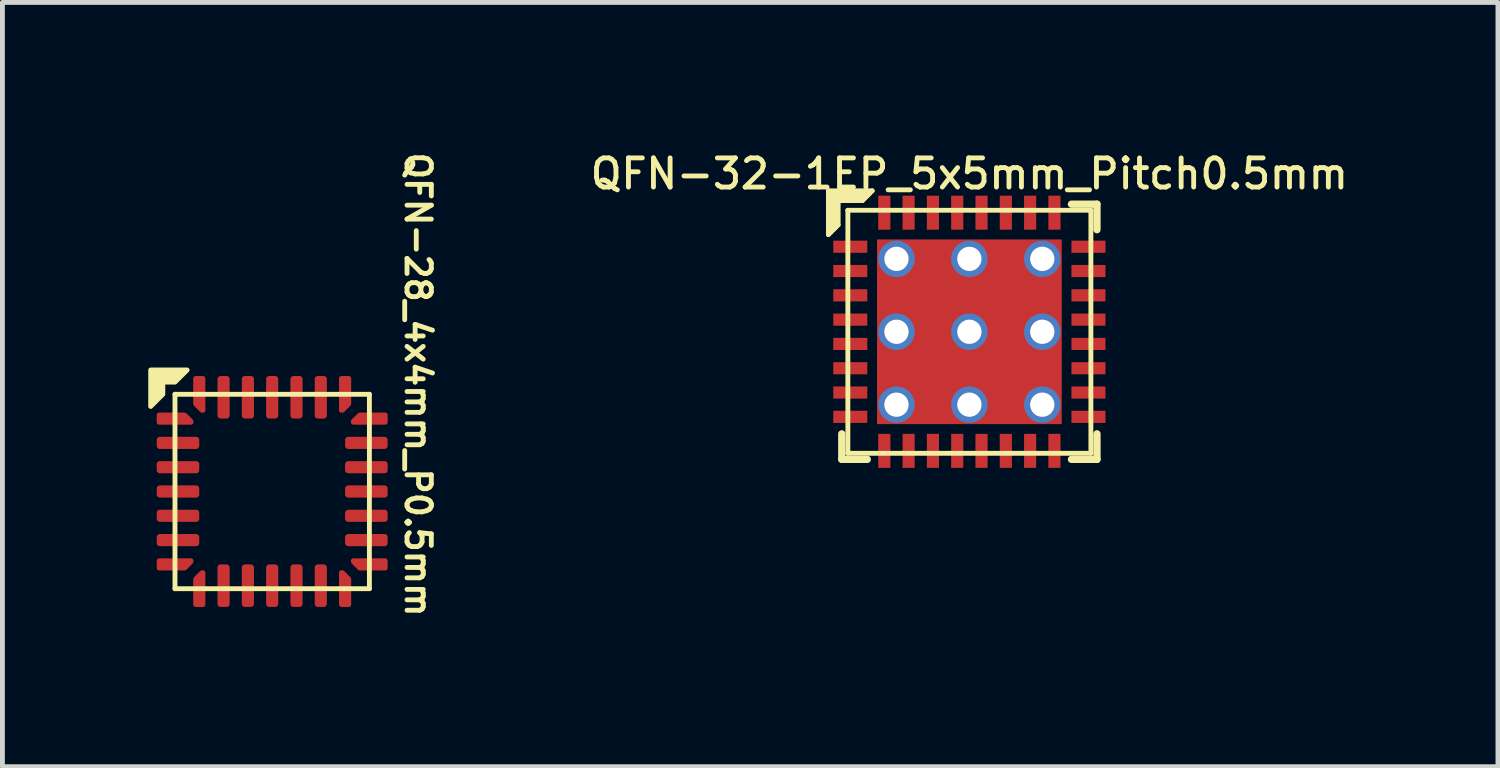
<source format=kicad_pcb>
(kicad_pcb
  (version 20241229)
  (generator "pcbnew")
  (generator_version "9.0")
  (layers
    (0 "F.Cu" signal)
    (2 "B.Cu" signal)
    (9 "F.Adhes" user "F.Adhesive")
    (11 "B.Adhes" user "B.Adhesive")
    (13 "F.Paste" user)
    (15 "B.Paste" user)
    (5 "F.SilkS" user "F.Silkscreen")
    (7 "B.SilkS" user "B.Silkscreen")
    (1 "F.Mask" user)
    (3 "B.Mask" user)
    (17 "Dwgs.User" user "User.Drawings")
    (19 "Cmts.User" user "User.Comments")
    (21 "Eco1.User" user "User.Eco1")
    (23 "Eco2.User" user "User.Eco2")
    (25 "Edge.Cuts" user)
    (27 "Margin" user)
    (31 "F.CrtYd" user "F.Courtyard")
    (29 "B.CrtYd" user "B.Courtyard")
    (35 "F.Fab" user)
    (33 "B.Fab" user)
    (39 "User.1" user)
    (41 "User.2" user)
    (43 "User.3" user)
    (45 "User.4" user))
  (footprint "QFN-28_4x4mm_P0.5mm"
    (layer "F.Cu")
    (at 2.55 7.062)
    (property "Reference" "QFN-28_4x4mm_P0.5mm" (at 3 -2.2 270) (unlocked yes) (layer "F.SilkS") (effects (font (size 0.5 0.5) (thickness 0.1))))
    (attr smd)
    (fp_line (start -2 -2) (end -2 2) (stroke (width 0.1) (type solid)) (layer "F.SilkS"))
    (fp_line (start -2 -2) (end 2 -2) (stroke (width 0.1) (type solid)) (layer "F.SilkS"))
    (fp_line (start 2 -2) (end 2 2) (stroke (width 0.1) (type solid)) (layer "F.SilkS"))
    (fp_line (start 2 2) (end -2 2) (stroke (width 0.1) (type solid)) (layer "F.SilkS"))
    (fp_poly (pts (xy -2.5 -2.5) (xy -1.75 -2.5) (xy -2 -2.25) (xy -2.25 -2.25) (xy -2.25 -2) (xy -2.5 -1.75)) (stroke (width 0.1) (type solid)) (fill yes) (layer "F.SilkS"))
    (pad "1" smd custom (at -1.998 -1.5) (size 0.137 0.137) (layers "F.Cu" "F.Mask" "F.Paste") (options (anchor circle)) (primitives (gr_poly (pts (xy 0.333 0.054) (xy 0.333 0.08) (xy -0.333 0.08) (xy -0.333 -0.08) (xy 0.199 -0.08)) (width 0.09) (fill yes))))
    (pad "2" smd roundrect (at -1.938 -1) (size 0.875 0.25) (layers "F.Cu" "F.Mask" "F.Paste") (roundrect_rratio 0.25))
    (pad "3" smd roundrect (at -1.938 -0.5) (size 0.875 0.25) (layers "F.Cu" "F.Mask" "F.Paste") (roundrect_rratio 0.25))
    (pad "4" smd roundrect (at -1.938 0) (size 0.875 0.25) (layers "F.Cu" "F.Mask" "F.Paste") (roundrect_rratio 0.25))
    (pad "5" smd roundrect (at -1.938 0.5) (size 0.875 0.25) (layers "F.Cu" "F.Mask" "F.Paste") (roundrect_rratio 0.25))
    (pad "6" smd roundrect (at -1.938 1) (size 0.875 0.25) (layers "F.Cu" "F.Mask" "F.Paste") (roundrect_rratio 0.25))
    (pad "7" smd custom (at -1.998 1.5) (size 0.137 0.137) (layers "F.Cu" "F.Mask" "F.Paste") (options (anchor circle)) (primitives (gr_poly (pts (xy 0.333 -0.054) (xy 0.199 0.08) (xy -0.333 0.08) (xy -0.333 -0.08) (xy 0.333 -0.08)) (width 0.09) (fill yes))))
    (pad "8" smd custom (at -1.5 1.998) (size 0.137 0.137) (layers "F.Cu" "F.Mask" "F.Paste") (options (anchor circle)) (primitives (gr_poly (pts (xy 0.08 0.333) (xy -0.08 0.333) (xy -0.08 -0.199) (xy 0.054 -0.333) (xy 0.08 -0.333)) (width 0.09) (fill yes))))
    (pad "9" smd roundrect (at -1 1.938) (size 0.25 0.875) (layers "F.Cu" "F.Mask" "F.Paste") (roundrect_rratio 0.25))
    (pad "10" smd roundrect (at -0.5 1.938) (size 0.25 0.875) (layers "F.Cu" "F.Mask" "F.Paste") (roundrect_rratio 0.25))
    (pad "11" smd roundrect (at 0 1.938) (size 0.25 0.875) (layers "F.Cu" "F.Mask" "F.Paste") (roundrect_rratio 0.25))
    (pad "12" smd roundrect (at 0.5 1.938) (size 0.25 0.875) (layers "F.Cu" "F.Mask" "F.Paste") (roundrect_rratio 0.25))
    (pad "13" smd roundrect (at 1 1.938) (size 0.25 0.875) (layers "F.Cu" "F.Mask" "F.Paste") (roundrect_rratio 0.25))
    (pad "14" smd custom (at 1.5 1.998) (size 0.137 0.137) (layers "F.Cu" "F.Mask" "F.Paste") (options (anchor circle)) (primitives (gr_poly (pts (xy 0.08 -0.199) (xy 0.08 0.333) (xy -0.08 0.333) (xy -0.08 -0.333) (xy -0.054 -0.333)) (width 0.09) (fill yes))))
    (pad "15" smd custom (at 1.998 1.5) (size 0.137 0.137) (layers "F.Cu" "F.Mask" "F.Paste") (options (anchor circle)) (primitives (gr_poly (pts (xy 0.333 0.08) (xy -0.199 0.08) (xy -0.333 -0.054) (xy -0.333 -0.08) (xy 0.333 -0.08)) (width 0.09) (fill yes))))
    (pad "16" smd roundrect (at 1.938 1) (size 0.875 0.25) (layers "F.Cu" "F.Mask" "F.Paste") (roundrect_rratio 0.25))
    (pad "17" smd roundrect (at 1.938 0.5) (size 0.875 0.25) (layers "F.Cu" "F.Mask" "F.Paste") (roundrect_rratio 0.25))
    (pad "18" smd roundrect (at 1.938 0) (size 0.875 0.25) (layers "F.Cu" "F.Mask" "F.Paste") (roundrect_rratio 0.25))
    (pad "19" smd roundrect (at 1.938 -0.5) (size 0.875 0.25) (layers "F.Cu" "F.Mask" "F.Paste") (roundrect_rratio 0.25))
    (pad "20" smd roundrect (at 1.938 -1) (size 0.875 0.25) (layers "F.Cu" "F.Mask" "F.Paste") (roundrect_rratio 0.25))
    (pad "21" smd custom (at 1.998 -1.5) (size 0.137 0.137) (layers "F.Cu" "F.Mask" "F.Paste") (options (anchor circle)) (primitives (gr_poly (pts (xy 0.333 0.08) (xy -0.333 0.08) (xy -0.333 0.054) (xy -0.199 -0.08) (xy 0.333 -0.08)) (width 0.09) (fill yes))))
    (pad "22" smd custom (at 1.5 -1.998) (size 0.137 0.137) (layers "F.Cu" "F.Mask" "F.Paste") (options (anchor circle)) (primitives (gr_poly (pts (xy 0.08 0.199) (xy -0.054 0.333) (xy -0.08 0.333) (xy -0.08 -0.333) (xy 0.08 -0.333)) (width 0.09) (fill yes))))
    (pad "23" smd roundrect (at 1 -1.938) (size 0.25 0.875) (layers "F.Cu" "F.Mask" "F.Paste") (roundrect_rratio 0.25))
    (pad "24" smd roundrect (at 0.5 -1.938) (size 0.25 0.875) (layers "F.Cu" "F.Mask" "F.Paste") (roundrect_rratio 0.25))
    (pad "25" smd roundrect (at 0 -1.938) (size 0.25 0.875) (layers "F.Cu" "F.Mask" "F.Paste") (roundrect_rratio 0.25))
    (pad "26" smd roundrect (at -0.5 -1.938) (size 0.25 0.875) (layers "F.Cu" "F.Mask" "F.Paste") (roundrect_rratio 0.25))
    (pad "27" smd roundrect (at -1 -1.938) (size 0.25 0.875) (layers "F.Cu" "F.Mask" "F.Paste") (roundrect_rratio 0.25))
    (pad "28" smd custom (at -1.5 -1.998) (size 0.137 0.137) (layers "F.Cu" "F.Mask" "F.Paste") (options (anchor circle)) (primitives (gr_poly (pts (xy 0.08 0.333) (xy 0.054 0.333) (xy -0.08 0.199) (xy -0.08 -0.333) (xy 0.08 -0.333)) (width 0.09) (fill yes)))))
  (footprint "QFN-32-1EP_5x5mm_Pitch0.5mm"
    (layer "F.Cu")
    (at 16.894 3.776)
    (property "Reference" "QFN-32-1EP_5x5mm_Pitch0.5mm" (at 0 -3.25 0) (layer "F.SilkS") (effects (font (size 0.6 0.6) (thickness 0.1))))
    (attr smd)
    (fp_line (start -2.9 -2.9) (end -2.9 -2) (stroke (width 0.1) (type solid)) (layer "F.SilkS"))
    (fp_line (start -2.9 -2) (end -2.7 -2.2) (stroke (width 0.1) (type solid)) (layer "F.SilkS"))
    (fp_line (start -2.85 -2.85) (end -2.05 -2.85) (stroke (width 0.1) (type solid)) (layer "F.SilkS"))
    (fp_line (start -2.85 -2.05) (end -2.85 -2.85) (stroke (width 0.1) (type solid)) (layer "F.SilkS"))
    (fp_line (start -2.8 -2.1) (end -2.8 -2.8) (stroke (width 0.1) (type solid)) (layer "F.SilkS"))
    (fp_line (start -2.75 -2.75) (end -2.15 -2.75) (stroke (width 0.1) (type solid)) (layer "F.SilkS"))
    (fp_line (start -2.75 -2.15) (end -2.75 -2.75) (stroke (width 0.1) (type solid)) (layer "F.SilkS"))
    (fp_line (start -2.7 -2.2) (end -2.7 -2.7) (stroke (width 0.1) (type solid)) (layer "F.SilkS"))
    (fp_line (start -2.625 2.625) (end -2.625 2.1) (stroke (width 0.15) (type solid)) (layer "F.SilkS"))
    (fp_line (start -2.625 2.625) (end -2.1 2.625) (stroke (width 0.15) (type solid)) (layer "F.SilkS"))
    (fp_line (start -2.5 -2.5) (end 2.5 -2.5) (stroke (width 0.1) (type solid)) (layer "F.SilkS"))
    (fp_line (start -2.5 2.5) (end -2.5 -2.5) (stroke (width 0.1) (type solid)) (layer "F.SilkS"))
    (fp_line (start -2.2 -2.7) (end -2.7 -2.7) (stroke (width 0.1) (type solid)) (layer "F.SilkS"))
    (fp_line (start -2.2 -2.7) (end -2 -2.9) (stroke (width 0.1) (type solid)) (layer "F.SilkS"))
    (fp_line (start -2.1 -2.8) (end -2.8 -2.8) (stroke (width 0.1) (type solid)) (layer "F.SilkS"))
    (fp_line (start -2 -2.9) (end -2.9 -2.9) (stroke (width 0.1) (type solid)) (layer "F.SilkS"))
    (fp_line (start 2.5 -2.5) (end 2.5 2.5) (stroke (width 0.1) (type solid)) (layer "F.SilkS"))
    (fp_line (start 2.5 2.5) (end -2.5 2.5) (stroke (width 0.1) (type solid)) (layer "F.SilkS"))
    (fp_line (start 2.625 -2.625) (end 2.1 -2.625) (stroke (width 0.15) (type solid)) (layer "F.SilkS"))
    (fp_line (start 2.625 -2.625) (end 2.625 -2.1) (stroke (width 0.15) (type solid)) (layer "F.SilkS"))
    (fp_line (start 2.625 2.625) (end 2.1 2.625) (stroke (width 0.15) (type solid)) (layer "F.SilkS"))
    (fp_line (start 2.625 2.625) (end 2.625 2.1) (stroke (width 0.15) (type solid)) (layer "F.SilkS"))
    (fp_rect (start -1.3 -1.3) (end -0.2 -0.2) (stroke (width 0) (type solid)) (fill yes) (layer "F.Paste"))
    (fp_rect (start -1.3 0.2) (end -0.2 1.3) (stroke (width 0) (type solid)) (fill yes) (layer "F.Paste"))
    (fp_rect (start 0.2 -1.3) (end 1.3 -0.2) (stroke (width 0) (type solid)) (fill yes) (layer "F.Paste"))
    (fp_rect (start 0.2 0.2) (end 1.3 1.3) (stroke (width 0) (type solid)) (fill yes) (layer "F.Paste"))
    (pad "1" smd rect (at -2.45 -1.75) (size 0.7 0.25) (layers "F.Cu" "F.Mask" "F.Paste"))
    (pad "2" smd rect (at -2.45 -1.25) (size 0.7 0.25) (layers "F.Cu" "F.Mask" "F.Paste"))
    (pad "3" smd rect (at -2.45 -0.75) (size 0.7 0.25) (layers "F.Cu" "F.Mask" "F.Paste"))
    (pad "4" smd rect (at -2.45 -0.25) (size 0.7 0.25) (layers "F.Cu" "F.Mask" "F.Paste"))
    (pad "5" smd rect (at -2.45 0.25) (size 0.7 0.25) (layers "F.Cu" "F.Mask" "F.Paste"))
    (pad "6" smd rect (at -2.45 0.75) (size 0.7 0.25) (layers "F.Cu" "F.Mask" "F.Paste"))
    (pad "7" smd rect (at -2.45 1.25) (size 0.7 0.25) (layers "F.Cu" "F.Mask" "F.Paste"))
    (pad "8" smd rect (at -2.45 1.75) (size 0.7 0.25) (layers "F.Cu" "F.Mask" "F.Paste"))
    (pad "9" smd rect (at -1.75 2.45 90) (size 0.7 0.25) (layers "F.Cu" "F.Mask" "F.Paste"))
    (pad "10" smd rect (at -1.25 2.45 90) (size 0.7 0.25) (layers "F.Cu" "F.Mask" "F.Paste"))
    (pad "11" smd rect (at -0.75 2.45 90) (size 0.7 0.25) (layers "F.Cu" "F.Mask" "F.Paste"))
    (pad "12" smd rect (at -0.25 2.45 90) (size 0.7 0.25) (layers "F.Cu" "F.Mask" "F.Paste"))
    (pad "13" smd rect (at 0.25 2.45 90) (size 0.7 0.25) (layers "F.Cu" "F.Mask" "F.Paste"))
    (pad "14" smd rect (at 0.75 2.45 90) (size 0.7 0.25) (layers "F.Cu" "F.Mask" "F.Paste"))
    (pad "15" smd rect (at 1.25 2.45 90) (size 0.7 0.25) (layers "F.Cu" "F.Mask" "F.Paste"))
    (pad "16" smd rect (at 1.75 2.45 90) (size 0.7 0.25) (layers "F.Cu" "F.Mask" "F.Paste"))
    (pad "17" smd rect (at 2.45 1.75) (size 0.7 0.25) (layers "F.Cu" "F.Mask" "F.Paste"))
    (pad "18" smd rect (at 2.45 1.25) (size 0.7 0.25) (layers "F.Cu" "F.Mask" "F.Paste"))
    (pad "19" smd rect (at 2.45 0.75) (size 0.7 0.25) (layers "F.Cu" "F.Mask" "F.Paste"))
    (pad "20" smd rect (at 2.45 0.25) (size 0.7 0.25) (layers "F.Cu" "F.Mask" "F.Paste"))
    (pad "21" smd rect (at 2.45 -0.25) (size 0.7 0.25) (layers "F.Cu" "F.Mask" "F.Paste"))
    (pad "22" smd rect (at 2.45 -0.75) (size 0.7 0.25) (layers "F.Cu" "F.Mask" "F.Paste"))
    (pad "23" smd rect (at 2.45 -1.25) (size 0.7 0.25) (layers "F.Cu" "F.Mask" "F.Paste"))
    (pad "24" smd rect (at 2.45 -1.75) (size 0.7 0.25) (layers "F.Cu" "F.Mask" "F.Paste"))
    (pad "25" smd rect (at 1.75 -2.45 90) (size 0.7 0.25) (layers "F.Cu" "F.Mask" "F.Paste"))
    (pad "26" smd rect (at 1.25 -2.45 90) (size 0.7 0.25) (layers "F.Cu" "F.Mask" "F.Paste"))
    (pad "27" smd rect (at 0.75 -2.45 90) (size 0.7 0.25) (layers "F.Cu" "F.Mask" "F.Paste"))
    (pad "28" smd rect (at 0.25 -2.45 90) (size 0.7 0.25) (layers "F.Cu" "F.Mask" "F.Paste"))
    (pad "29" smd rect (at -0.25 -2.45 90) (size 0.7 0.25) (layers "F.Cu" "F.Mask" "F.Paste"))
    (pad "30" smd rect (at -0.75 -2.45 90) (size 0.7 0.25) (layers "F.Cu" "F.Mask" "F.Paste"))
    (pad "31" smd rect (at -1.25 -2.45 90) (size 0.7 0.25) (layers "F.Cu" "F.Mask" "F.Paste"))
    (pad "32" smd rect (at -1.75 -2.45 90) (size 0.7 0.25) (layers "F.Cu" "F.Mask" "F.Paste"))
    (pad "33" thru_hole circle (at -1.5 -1.5) (size 0.75 0.75) (drill 0.5) (layers "*.Cu" "*.Mask"))
    (pad "33" thru_hole circle (at -1.5 0) (size 0.75 0.75) (drill 0.5) (layers "*.Cu" "*.Mask"))
    (pad "33" thru_hole circle (at -1.5 1.5) (size 0.75 0.75) (drill 0.5) (layers "*.Cu" "*.Mask"))
    (pad "33" thru_hole circle (at 0 -1.5) (size 0.75 0.75) (drill 0.5) (layers "*.Cu" "*.Mask"))
    (pad "33" thru_hole circle (at 0 0) (size 0.75 0.75) (drill 0.5) (layers "*.Cu" "*.Mask"))
    (pad "33" smd rect (at 0 0) (size 3.8 3.8) (layers "F.Cu" "F.Mask"))
    (pad "33" thru_hole circle (at 0 1.5) (size 0.75 0.75) (drill 0.5) (layers "*.Cu" "*.Mask"))
    (pad "33" thru_hole circle (at 1.5 -1.5) (size 0.75 0.75) (drill 0.5) (layers "*.Cu" "*.Mask"))
    (pad "33" thru_hole circle (at 1.5 0) (size 0.75 0.75) (drill 0.5) (layers "*.Cu" "*.Mask"))
    (pad "33" thru_hole circle (at 1.5 1.5) (size 0.75 0.75) (drill 0.5) (layers "*.Cu" "*.Mask")))
  (gr_rect
    (start -3 -3)
    (end 27.769 12.724)
    (stroke (width 0.1) (type default))
    (fill no)
    (layer "Edge.Cuts")))
</source>
